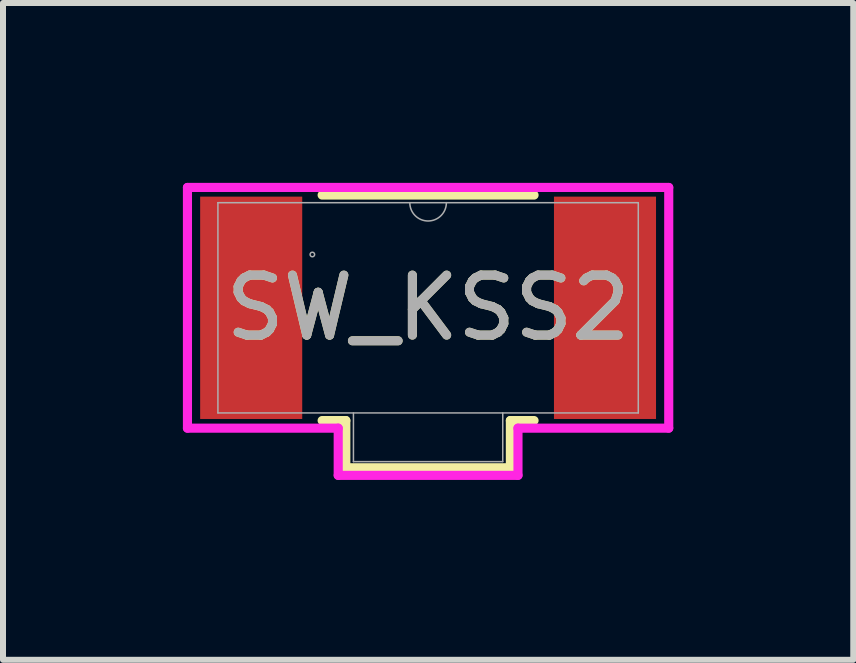
<source format=kicad_pcb>
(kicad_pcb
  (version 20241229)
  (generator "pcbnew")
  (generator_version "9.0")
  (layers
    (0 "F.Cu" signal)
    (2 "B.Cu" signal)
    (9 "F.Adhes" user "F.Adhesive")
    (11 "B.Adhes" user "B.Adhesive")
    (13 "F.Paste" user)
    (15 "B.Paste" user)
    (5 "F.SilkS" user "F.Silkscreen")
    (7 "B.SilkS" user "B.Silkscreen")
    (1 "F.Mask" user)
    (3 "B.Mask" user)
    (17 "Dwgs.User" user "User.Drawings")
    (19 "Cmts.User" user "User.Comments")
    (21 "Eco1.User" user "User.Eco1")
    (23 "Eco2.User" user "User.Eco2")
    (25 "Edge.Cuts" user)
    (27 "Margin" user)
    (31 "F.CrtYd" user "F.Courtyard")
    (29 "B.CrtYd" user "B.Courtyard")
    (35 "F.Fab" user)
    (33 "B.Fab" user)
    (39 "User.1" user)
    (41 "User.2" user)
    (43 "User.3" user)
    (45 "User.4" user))
  (footprint "SW_KSS2"
    (layer "F.Cu")
    (at 4.089 2.083)
    (property "Reference" "SW_KSS2" (at 0 0 0) (unlocked yes) (layer "F.SilkS") (effects (font (size 1 1) (thickness 0.15))))
    (attr smd)
    (fp_line (start -1.767 1.88) (end -1.372 1.88) (stroke (width 0.152) (type solid)) (layer "F.SilkS"))
    (fp_line (start -1.372 1.88) (end -1.372 2.667) (stroke (width 0.152) (type solid)) (layer "F.SilkS"))
    (fp_line (start -1.372 2.667) (end 1.372 2.667) (stroke (width 0.152) (type solid)) (layer "F.SilkS"))
    (fp_line (start 1.372 1.88) (end 1.767 1.88) (stroke (width 0.152) (type solid)) (layer "F.SilkS"))
    (fp_line (start 1.372 2.667) (end 1.372 1.88) (stroke (width 0.152) (type solid)) (layer "F.SilkS"))
    (fp_line (start 1.767 -1.88) (end -1.767 -1.88) (stroke (width 0.152) (type solid)) (layer "F.SilkS"))
    (fp_line (start -4.013 -2.007) (end -4.013 2.007) (stroke (width 0.152) (type solid)) (layer "F.CrtYd"))
    (fp_line (start -4.013 2.007) (end -1.499 2.007) (stroke (width 0.152) (type solid)) (layer "F.CrtYd"))
    (fp_line (start -1.499 2.007) (end -1.499 2.794) (stroke (width 0.152) (type solid)) (layer "F.CrtYd"))
    (fp_line (start -1.499 2.794) (end 1.499 2.794) (stroke (width 0.152) (type solid)) (layer "F.CrtYd"))
    (fp_line (start 1.499 2.007) (end 4.013 2.007) (stroke (width 0.152) (type solid)) (layer "F.CrtYd"))
    (fp_line (start 1.499 2.794) (end 1.499 2.007) (stroke (width 0.152) (type solid)) (layer "F.CrtYd"))
    (fp_line (start 4.013 -2.007) (end -4.013 -2.007) (stroke (width 0.152) (type solid)) (layer "F.CrtYd"))
    (fp_line (start 4.013 2.007) (end 4.013 -2.007) (stroke (width 0.152) (type solid)) (layer "F.CrtYd"))
    (fp_line (start -3.505 -1.753) (end -3.505 1.753) (stroke (width 0.025) (type solid)) (layer "F.Fab"))
    (fp_line (start -3.505 1.753) (end 3.505 1.753) (stroke (width 0.025) (type solid)) (layer "F.Fab"))
    (fp_line (start -1.245 1.753) (end -1.245 2.565) (stroke (width 0.025) (type solid)) (layer "F.Fab"))
    (fp_line (start -1.245 2.565) (end 1.245 2.565) (stroke (width 0.025) (type solid)) (layer "F.Fab"))
    (fp_line (start 1.245 2.565) (end 1.245 1.753) (stroke (width 0.025) (type solid)) (layer "F.Fab"))
    (fp_line (start 3.505 -1.753) (end -3.505 -1.753) (stroke (width 0.025) (type solid)) (layer "F.Fab"))
    (fp_line (start 3.505 1.753) (end 3.505 -1.753) (stroke (width 0.025) (type solid)) (layer "F.Fab"))
    (fp_arc (start 0.3048 -1.7526) (mid 0 -1.4478) (end -0.3048 -1.7526) (stroke (width 0.0254) (type solid)) (layer "F.Fab"))
    (fp_circle (center -1.93 -0.889) (end -1.892 -0.889) (stroke (width 0.025) (type solid)) (fill no) (layer "F.Fab"))
    (fp_text user "${REFERENCE}" (at 0 0 0) (unlocked yes) (layer "F.Fab") (effects (font (size 1 1) (thickness 0.15))))
    (pad "1" smd rect (at -2.95 0) (size 1.702 3.708) (layers "F.Cu" "F.Mask" "F.Paste"))
    (pad "2" smd rect (at 2.95 0) (size 1.702 3.708) (layers "F.Cu" "F.Mask" "F.Paste")))
  (gr_rect
    (start -3 -3)
    (end 11.179 7.953)
    (stroke (width 0.1) (type default))
    (fill no)
    (layer "Edge.Cuts")))
</source>
